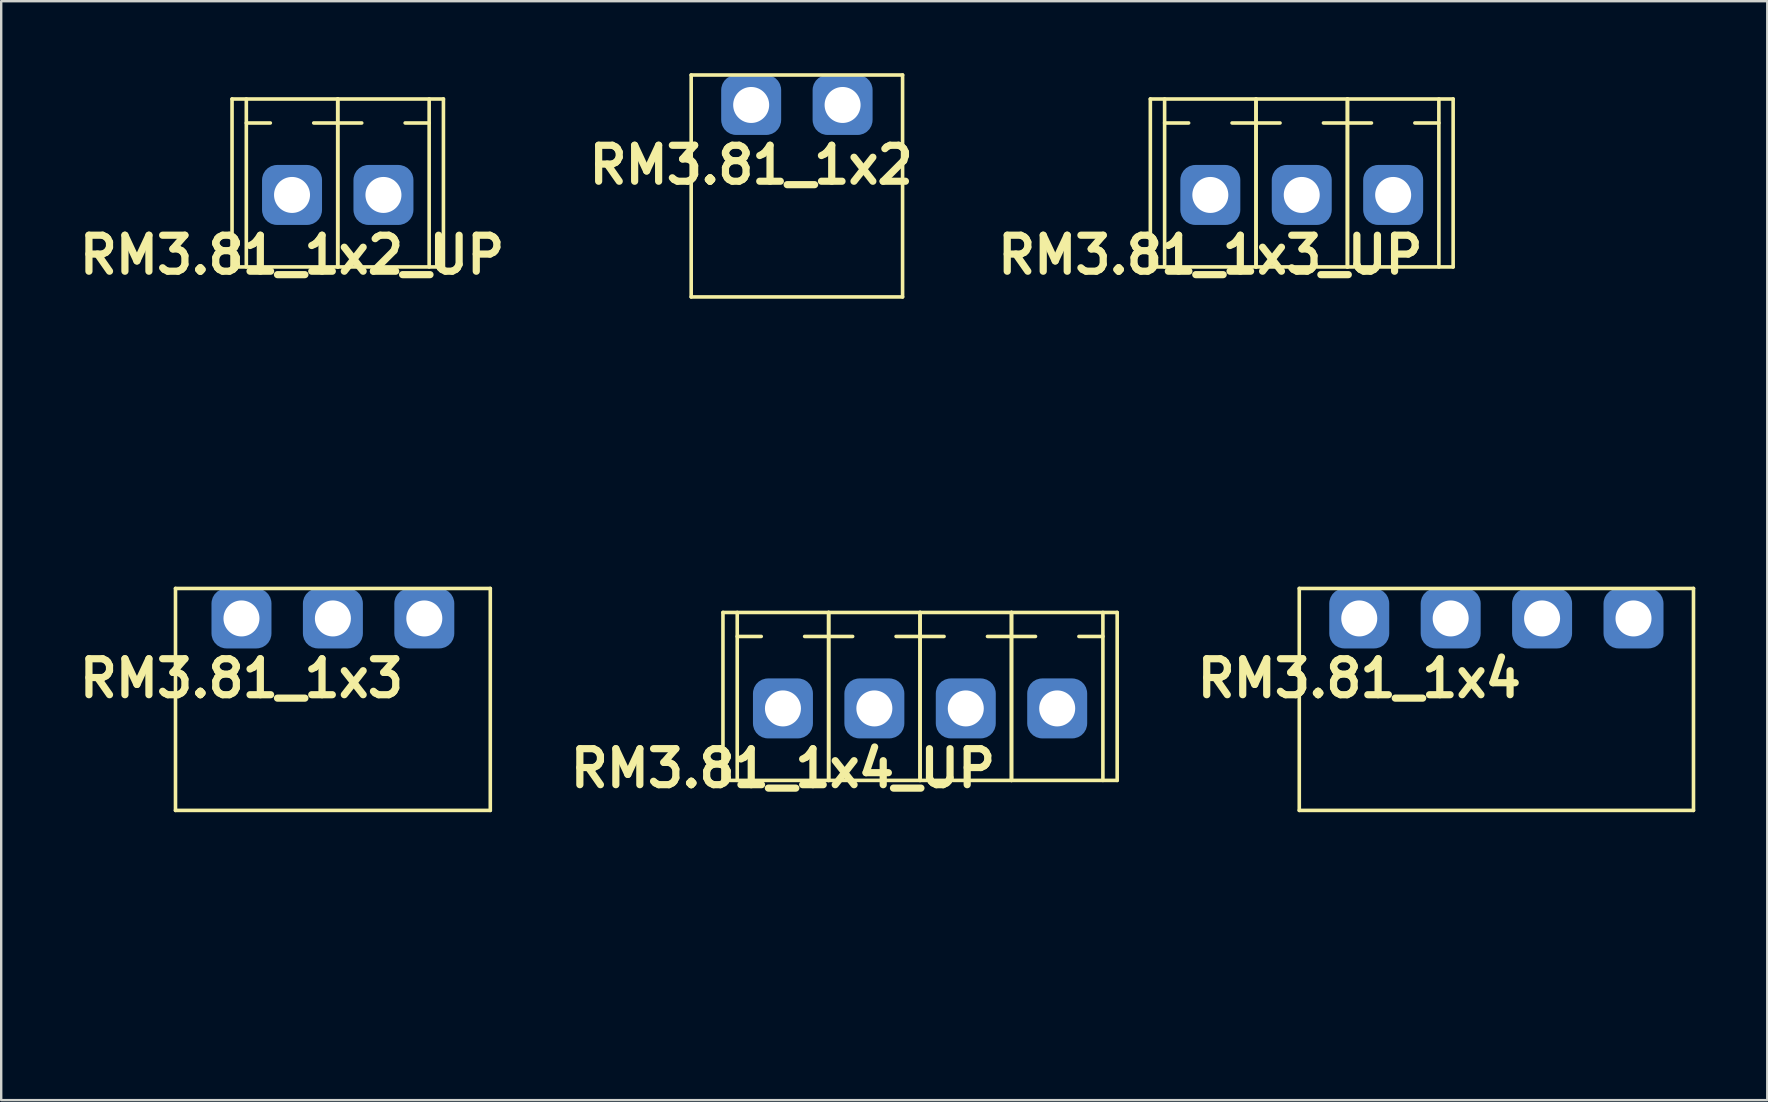
<source format=kicad_pcb>
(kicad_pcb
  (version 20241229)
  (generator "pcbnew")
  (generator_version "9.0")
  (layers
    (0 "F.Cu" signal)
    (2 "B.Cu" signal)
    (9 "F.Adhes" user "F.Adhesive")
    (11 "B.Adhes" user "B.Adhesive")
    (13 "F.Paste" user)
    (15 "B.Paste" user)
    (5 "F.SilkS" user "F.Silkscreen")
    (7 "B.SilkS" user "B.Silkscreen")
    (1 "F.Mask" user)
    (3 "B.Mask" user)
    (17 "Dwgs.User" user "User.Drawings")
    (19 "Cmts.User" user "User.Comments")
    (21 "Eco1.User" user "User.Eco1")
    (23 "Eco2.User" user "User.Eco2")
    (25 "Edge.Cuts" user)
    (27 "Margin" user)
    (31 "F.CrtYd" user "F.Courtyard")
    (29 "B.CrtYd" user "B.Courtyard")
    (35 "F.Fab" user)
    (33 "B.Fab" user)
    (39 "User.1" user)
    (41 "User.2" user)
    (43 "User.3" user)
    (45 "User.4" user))
  (footprint "RM3.81_1x4"
    (layer "F.Cu")
    (at 53.6 22.725)
    (property "Reference" "RM3.81_1x4" (at 0 2.5 0) (layer "F.SilkS") (effects (font (size 1.5 1.5) (thickness 0.3))))
    (attr through_hole)
    (fp_line (start -2.5 -1.25) (end -2.5 8) (stroke (width 0.15) (type solid)) (layer "F.SilkS"))
    (fp_line (start -2.5 -1.25) (end 13.93 -1.25) (stroke (width 0.15) (type solid)) (layer "F.SilkS"))
    (fp_line (start -2.5 8) (end 13.93 8) (stroke (width 0.15) (type solid)) (layer "F.SilkS"))
    (fp_line (start 13.93 -1.25) (end 13.93 8) (stroke (width 0.15) (type solid)) (layer "F.SilkS"))
    (fp_line (start -1.905 17) (end -1.905 8) (stroke (width 0.15) (type solid)) (layer "Margin"))
    (fp_line (start -1.905 17) (end 13.335 17) (stroke (width 0.15) (type solid)) (layer "Margin"))
    (fp_line (start -1.5 12) (end 1.5 12) (stroke (width 0.15) (type solid)) (layer "Margin"))
    (fp_line (start 2.31 12) (end 5.31 12) (stroke (width 0.15) (type solid)) (layer "Margin"))
    (fp_line (start 6.12 12) (end 9.12 12) (stroke (width 0.15) (type solid)) (layer "Margin"))
    (fp_line (start 9.93 12) (end 12.93 12) (stroke (width 0.15) (type solid)) (layer "Margin"))
    (fp_line (start 13.335 17) (end 13.335 8) (stroke (width 0.15) (type solid)) (layer "Margin"))
    (fp_circle (center 0 12) (end 0 10.5) (stroke (width 0.15) (type solid)) (fill no) (layer "Margin"))
    (fp_circle (center 3.81 12) (end 3.81 10.5) (stroke (width 0.15) (type solid)) (fill no) (layer "Margin"))
    (fp_circle (center 7.62 12) (end 7.62 10.5) (stroke (width 0.15) (type solid)) (fill no) (layer "Margin"))
    (fp_circle (center 11.43 12) (end 11.43 10.5) (stroke (width 0.15) (type solid)) (fill no) (layer "Margin"))
    (pad "1" thru_hole circle (at 0 0) (size 1.8 1.8) (drill 1.5) (layers "*.Cu" "*.Mask"))
    (pad "1" smd roundrect (at 0 0) (size 2.5 2.5) (layers "B.Cu" "B.Mask") (roundrect_rratio 0.25))
    (pad "2" thru_hole circle (at 3.81 0) (size 1.8 1.8) (drill 1.5) (layers "*.Cu" "*.Mask"))
    (pad "2" smd roundrect (at 3.81 0) (size 2.5 2.5) (layers "B.Cu" "B.Mask") (roundrect_rratio 0.25))
    (pad "3" thru_hole circle (at 7.62 0) (size 1.8 1.8) (drill 1.5) (layers "*.Cu" "*.Mask"))
    (pad "3" smd roundrect (at 7.62 0) (size 2.5 2.5) (layers "B.Cu" "B.Mask") (roundrect_rratio 0.25))
    (pad "4" thru_hole circle (at 11.43 0) (size 1.8 1.8) (drill 1.5) (layers "*.Cu" "*.Mask"))
    (pad "4" smd roundrect (at 11.43 0) (size 2.5 2.5) (layers "B.Cu" "B.Mask") (roundrect_rratio 0.25)))
  (footprint "RM3.81_1x2"
    (layer "F.Cu")
    (at 28.257 1.325)
    (property "Reference" "RM3.81_1x2" (at 0 2.5 0) (layer "F.SilkS") (effects (font (size 1.5 1.5) (thickness 0.3))))
    (attr through_hole)
    (fp_line (start -2.5 -1.25) (end -2.5 8) (stroke (width 0.15) (type solid)) (layer "F.SilkS"))
    (fp_line (start -2.5 8) (end 6.31 8) (stroke (width 0.15) (type solid)) (layer "F.SilkS"))
    (fp_line (start 6.31 -1.25) (end -2.5 -1.25) (stroke (width 0.15) (type solid)) (layer "F.SilkS"))
    (fp_line (start 6.31 8) (end 6.31 -1.25) (stroke (width 0.15) (type solid)) (layer "F.SilkS"))
    (fp_line (start -1.905 17) (end -1.905 8) (stroke (width 0.15) (type solid)) (layer "Margin"))
    (fp_line (start -1.905 17) (end 5.715 17) (stroke (width 0.15) (type solid)) (layer "Margin"))
    (fp_line (start -1.5 12) (end 1.5 12) (stroke (width 0.15) (type solid)) (layer "Margin"))
    (fp_line (start 2.31 12) (end 5.31 12) (stroke (width 0.15) (type solid)) (layer "Margin"))
    (fp_line (start 5.715 17) (end 5.715 8) (stroke (width 0.15) (type solid)) (layer "Margin"))
    (fp_circle (center 0 12) (end 0 10.5) (stroke (width 0.15) (type solid)) (fill no) (layer "Margin"))
    (fp_circle (center 3.81 12) (end 3.81 10.5) (stroke (width 0.15) (type solid)) (fill no) (layer "Margin"))
    (pad "1" thru_hole circle (at 0 0) (size 1.8 1.8) (drill 1.5) (layers "*.Cu" "*.Mask"))
    (pad "1" smd roundrect (at 0 0) (size 2.5 2.5) (layers "B.Cu" "B.Mask") (roundrect_rratio 0.25))
    (pad "2" thru_hole circle (at 3.81 0) (size 1.8 1.8) (drill 1.5) (layers "*.Cu" "*.Mask"))
    (pad "2" smd roundrect (at 3.81 0) (size 2.5 2.5) (layers "B.Cu" "B.Mask") (roundrect_rratio 0.25)))
  (footprint "RM3.81_1x4_UP"
    (layer "F.Cu")
    (at 29.581 26.475)
    (property "Reference" "RM3.81_1x4_UP" (at 0 2.5 0) (layer "F.SilkS") (effects (font (size 1.5 1.5) (thickness 0.3))))
    (attr through_hole)
    (fp_line (start -2.5 -4) (end -2.5 3) (stroke (width 0.15) (type solid)) (layer "F.SilkS"))
    (fp_line (start -2.5 -4) (end 13.93 -4) (stroke (width 0.15) (type solid)) (layer "F.SilkS"))
    (fp_line (start -2.5 3) (end 13.93 3) (stroke (width 0.15) (type solid)) (layer "F.SilkS"))
    (fp_line (start -1.905 -3) (end -0.905 -3) (stroke (width 0.15) (type solid)) (layer "F.SilkS"))
    (fp_line (start -1.905 3) (end -1.905 -4) (stroke (width 0.15) (type solid)) (layer "F.SilkS"))
    (fp_line (start 1.905 -3) (end 0.905 -3) (stroke (width 0.15) (type solid)) (layer "F.SilkS"))
    (fp_line (start 1.905 -3) (end 2.905 -3) (stroke (width 0.15) (type solid)) (layer "F.SilkS"))
    (fp_line (start 1.905 3) (end 1.905 -4) (stroke (width 0.15) (type solid)) (layer "F.SilkS"))
    (fp_line (start 1.905 3) (end 1.905 -4) (stroke (width 0.15) (type solid)) (layer "F.SilkS"))
    (fp_line (start 5.715 -3) (end 4.715 -3) (stroke (width 0.15) (type solid)) (layer "F.SilkS"))
    (fp_line (start 5.715 -3) (end 6.715 -3) (stroke (width 0.15) (type solid)) (layer "F.SilkS"))
    (fp_line (start 5.715 3) (end 5.715 -4) (stroke (width 0.15) (type solid)) (layer "F.SilkS"))
    (fp_line (start 5.715 3) (end 5.715 -4) (stroke (width 0.15) (type solid)) (layer "F.SilkS"))
    (fp_line (start 9.525 -3) (end 8.525 -3) (stroke (width 0.15) (type solid)) (layer "F.SilkS"))
    (fp_line (start 9.525 -3) (end 10.525 -3) (stroke (width 0.15) (type solid)) (layer "F.SilkS"))
    (fp_line (start 9.525 3) (end 9.525 -4) (stroke (width 0.15) (type solid)) (layer "F.SilkS"))
    (fp_line (start 9.525 3) (end 9.525 -4) (stroke (width 0.15) (type solid)) (layer "F.SilkS"))
    (fp_line (start 13.335 -3) (end 12.335 -3) (stroke (width 0.15) (type solid)) (layer "F.SilkS"))
    (fp_line (start 13.335 3) (end 13.335 -4) (stroke (width 0.15) (type solid)) (layer "F.SilkS"))
    (fp_line (start 13.93 -4) (end 13.93 3) (stroke (width 0.15) (type solid)) (layer "F.SilkS"))
    (fp_line (start -1.905 -5) (end 13.335 -5) (stroke (width 0.15) (type solid)) (layer "Margin"))
    (fp_line (start -1.905 6.5) (end -1.905 -5) (stroke (width 0.15) (type solid)) (layer "Margin"))
    (fp_line (start -1.905 6.5) (end 13.335 6.5) (stroke (width 0.15) (type solid)) (layer "Margin"))
    (fp_line (start -1 1.5) (end 1 1.5) (stroke (width 0.15) (type solid)) (layer "Margin"))
    (fp_line (start -1 4) (end -1 1.5) (stroke (width 0.15) (type solid)) (layer "Margin"))
    (fp_line (start -1 4) (end 1 4) (stroke (width 0.15) (type solid)) (layer "Margin"))
    (fp_line (start 1 4) (end 1 1.5) (stroke (width 0.15) (type solid)) (layer "Margin"))
    (fp_line (start 2.81 1.5) (end 4.81 1.5) (stroke (width 0.15) (type solid)) (layer "Margin"))
    (fp_line (start 2.81 4) (end 2.81 1.5) (stroke (width 0.15) (type solid)) (layer "Margin"))
    (fp_line (start 2.81 4) (end 4.81 4) (stroke (width 0.15) (type solid)) (layer "Margin"))
    (fp_line (start 4.81 4) (end 4.81 1.5) (stroke (width 0.15) (type solid)) (layer "Margin"))
    (fp_line (start 6.62 1.5) (end 8.62 1.5) (stroke (width 0.15) (type solid)) (layer "Margin"))
    (fp_line (start 6.62 4) (end 6.62 1.5) (stroke (width 0.15) (type solid)) (layer "Margin"))
    (fp_line (start 6.62 4) (end 8.62 4) (stroke (width 0.15) (type solid)) (layer "Margin"))
    (fp_line (start 8.62 4) (end 8.62 1.5) (stroke (width 0.15) (type solid)) (layer "Margin"))
    (fp_line (start 10.43 1.5) (end 12.43 1.5) (stroke (width 0.15) (type solid)) (layer "Margin"))
    (fp_line (start 10.43 4) (end 10.43 1.5) (stroke (width 0.15) (type solid)) (layer "Margin"))
    (fp_line (start 10.43 4) (end 12.43 4) (stroke (width 0.15) (type solid)) (layer "Margin"))
    (fp_line (start 12.43 4) (end 12.43 1.5) (stroke (width 0.15) (type solid)) (layer "Margin"))
    (fp_line (start 13.335 6.5) (end 13.335 -5) (stroke (width 0.15) (type solid)) (layer "Margin"))
    (pad "1" thru_hole circle (at 0 0) (size 1.8 1.8) (drill 1.5) (layers "*.Cu" "*.Mask"))
    (pad "1" smd roundrect (at 0 0) (size 2.5 2.5) (layers "B.Cu" "B.Mask") (roundrect_rratio 0.25))
    (pad "2" thru_hole circle (at 3.81 0) (size 1.8 1.8) (drill 1.5) (layers "*.Cu" "*.Mask"))
    (pad "2" smd roundrect (at 3.81 0) (size 2.5 2.5) (layers "B.Cu" "B.Mask") (roundrect_rratio 0.25))
    (pad "3" thru_hole circle (at 7.62 0) (size 1.8 1.8) (drill 1.5) (layers "*.Cu" "*.Mask"))
    (pad "3" smd roundrect (at 7.62 0) (size 2.5 2.5) (layers "B.Cu" "B.Mask") (roundrect_rratio 0.25))
    (pad "4" thru_hole circle (at 11.43 0) (size 1.8 1.8) (drill 1.5) (layers "*.Cu" "*.Mask"))
    (pad "4" smd roundrect (at 11.43 0) (size 2.5 2.5) (layers "B.Cu" "B.Mask") (roundrect_rratio 0.25)))
  (footprint "RM3.81_1x3"
    (layer "F.Cu")
    (at 7.014 22.725)
    (property "Reference" "RM3.81_1x3" (at 0 2.5 0) (layer "F.SilkS") (effects (font (size 1.5 1.5) (thickness 0.3))))
    (attr through_hole)
    (fp_line (start -2.75 -1.25) (end -2.75 8) (stroke (width 0.15) (type solid)) (layer "F.SilkS"))
    (fp_line (start -2.75 -1.25) (end 10.37 -1.25) (stroke (width 0.15) (type solid)) (layer "F.SilkS"))
    (fp_line (start -2.75 8) (end 10.37 8) (stroke (width 0.15) (type solid)) (layer "F.SilkS"))
    (fp_line (start 10.37 -1.25) (end 10.37 8) (stroke (width 0.15) (type solid)) (layer "F.SilkS"))
    (fp_line (start -1.905 17) (end -1.905 8) (stroke (width 0.15) (type solid)) (layer "Margin"))
    (fp_line (start -1.905 17) (end 9.525 17) (stroke (width 0.15) (type solid)) (layer "Margin"))
    (fp_line (start -1.5 12) (end 1.5 12) (stroke (width 0.15) (type solid)) (layer "Margin"))
    (fp_line (start 2.31 12) (end 5.31 12) (stroke (width 0.15) (type solid)) (layer "Margin"))
    (fp_line (start 6.12 12) (end 9.12 12) (stroke (width 0.15) (type solid)) (layer "Margin"))
    (fp_line (start 9.525 17) (end 9.525 8) (stroke (width 0.15) (type solid)) (layer "Margin"))
    (fp_circle (center 0 12) (end 0 10.5) (stroke (width 0.15) (type solid)) (fill no) (layer "Margin"))
    (fp_circle (center 3.81 12) (end 3.81 10.5) (stroke (width 0.15) (type solid)) (fill no) (layer "Margin"))
    (fp_circle (center 7.62 12) (end 7.62 10.5) (stroke (width 0.15) (type solid)) (fill no) (layer "Margin"))
    (pad "1" thru_hole circle (at 0 0) (size 1.8 1.8) (drill 1.5) (layers "*.Cu" "*.Mask"))
    (pad "1" smd roundrect (at 0 0) (size 2.5 2.5) (layers "B.Cu" "B.Mask") (roundrect_rratio 0.25))
    (pad "2" thru_hole circle (at 3.81 0) (size 1.8 1.8) (drill 1.5) (layers "*.Cu" "*.Mask"))
    (pad "2" smd roundrect (at 3.81 0) (size 2.5 2.5) (layers "B.Cu" "B.Mask") (roundrect_rratio 0.25))
    (pad "3" thru_hole circle (at 7.62 0) (size 1.8 1.8) (drill 1.5) (layers "*.Cu" "*.Mask"))
    (pad "3" smd roundrect (at 7.62 0) (size 2.5 2.5) (layers "B.Cu" "B.Mask") (roundrect_rratio 0.25)))
  (footprint "RM3.81_1x3_UP"
    (layer "F.Cu")
    (at 47.393 5.075)
    (property "Reference" "RM3.81_1x3_UP" (at 0 2.5 0) (layer "F.SilkS") (effects (font (size 1.5 1.5) (thickness 0.3))))
    (attr through_hole)
    (fp_line (start -2.5 -4) (end -2.5 3) (stroke (width 0.15) (type solid)) (layer "F.SilkS"))
    (fp_line (start -2.5 -4) (end 10.12 -4) (stroke (width 0.15) (type solid)) (layer "F.SilkS"))
    (fp_line (start -2.5 3) (end 10.12 3) (stroke (width 0.15) (type solid)) (layer "F.SilkS"))
    (fp_line (start -1.905 -3) (end -0.905 -3) (stroke (width 0.15) (type solid)) (layer "F.SilkS"))
    (fp_line (start -1.905 3) (end -1.905 -4) (stroke (width 0.15) (type solid)) (layer "F.SilkS"))
    (fp_line (start 1.905 -3) (end 0.905 -3) (stroke (width 0.15) (type solid)) (layer "F.SilkS"))
    (fp_line (start 1.905 -3) (end 2.905 -3) (stroke (width 0.15) (type solid)) (layer "F.SilkS"))
    (fp_line (start 1.905 3) (end 1.905 -4) (stroke (width 0.15) (type solid)) (layer "F.SilkS"))
    (fp_line (start 1.905 3) (end 1.905 -4) (stroke (width 0.15) (type solid)) (layer "F.SilkS"))
    (fp_line (start 5.715 -3) (end 4.715 -3) (stroke (width 0.15) (type solid)) (layer "F.SilkS"))
    (fp_line (start 5.715 -3) (end 6.715 -3) (stroke (width 0.15) (type solid)) (layer "F.SilkS"))
    (fp_line (start 5.715 3) (end 5.715 -4) (stroke (width 0.15) (type solid)) (layer "F.SilkS"))
    (fp_line (start 5.715 3) (end 5.715 -4) (stroke (width 0.15) (type solid)) (layer "F.SilkS"))
    (fp_line (start 9.525 -3) (end 8.525 -3) (stroke (width 0.15) (type solid)) (layer "F.SilkS"))
    (fp_line (start 9.525 3) (end 9.525 -4) (stroke (width 0.15) (type solid)) (layer "F.SilkS"))
    (fp_line (start 10.12 -4) (end 10.12 3) (stroke (width 0.15) (type solid)) (layer "F.SilkS"))
    (fp_line (start -1.905 -5) (end 9.525 -5) (stroke (width 0.15) (type solid)) (layer "Margin"))
    (fp_line (start -1.905 6.5) (end -1.905 -5) (stroke (width 0.15) (type solid)) (layer "Margin"))
    (fp_line (start -1.905 6.5) (end 9.525 6.5) (stroke (width 0.15) (type solid)) (layer "Margin"))
    (fp_line (start -1 1.5) (end 1 1.5) (stroke (width 0.15) (type solid)) (layer "Margin"))
    (fp_line (start -1 4) (end -1 1.5) (stroke (width 0.15) (type solid)) (layer "Margin"))
    (fp_line (start -1 4) (end 1 4) (stroke (width 0.15) (type solid)) (layer "Margin"))
    (fp_line (start 1 4) (end 1 1.5) (stroke (width 0.15) (type solid)) (layer "Margin"))
    (fp_line (start 2.81 1.5) (end 4.81 1.5) (stroke (width 0.15) (type solid)) (layer "Margin"))
    (fp_line (start 2.81 4) (end 2.81 1.5) (stroke (width 0.15) (type solid)) (layer "Margin"))
    (fp_line (start 2.81 4) (end 4.81 4) (stroke (width 0.15) (type solid)) (layer "Margin"))
    (fp_line (start 4.81 4) (end 4.81 1.5) (stroke (width 0.15) (type solid)) (layer "Margin"))
    (fp_line (start 6.62 1.5) (end 8.62 1.5) (stroke (width 0.15) (type solid)) (layer "Margin"))
    (fp_line (start 6.62 4) (end 6.62 1.5) (stroke (width 0.15) (type solid)) (layer "Margin"))
    (fp_line (start 6.62 4) (end 8.62 4) (stroke (width 0.15) (type solid)) (layer "Margin"))
    (fp_line (start 8.62 4) (end 8.62 1.5) (stroke (width 0.15) (type solid)) (layer "Margin"))
    (fp_line (start 9.525 6.5) (end 9.525 -5) (stroke (width 0.15) (type solid)) (layer "Margin"))
    (pad "1" thru_hole circle (at 0 0) (size 1.8 1.8) (drill 1.5) (layers "*.Cu" "*.Mask"))
    (pad "1" smd roundrect (at 0 0) (size 2.5 2.5) (layers "B.Cu" "B.Mask") (roundrect_rratio 0.25))
    (pad "2" thru_hole circle (at 3.81 0) (size 1.8 1.8) (drill 1.5) (layers "*.Cu" "*.Mask"))
    (pad "2" smd roundrect (at 3.81 0) (size 2.5 2.5) (layers "B.Cu" "B.Mask") (roundrect_rratio 0.25))
    (pad "3" thru_hole circle (at 7.62 0) (size 1.8 1.8) (drill 1.5) (layers "*.Cu" "*.Mask"))
    (pad "3" smd roundrect (at 7.62 0) (size 2.5 2.5) (layers "B.Cu" "B.Mask") (roundrect_rratio 0.25)))
  (footprint "RM3.81_1x2_UP"
    (layer "F.Cu")
    (at 9.121 5.075)
    (property "Reference" "RM3.81_1x2_UP" (at 0 2.5 0) (layer "F.SilkS") (effects (font (size 1.5 1.5) (thickness 0.3))))
    (attr through_hole)
    (fp_line (start -2.5 -4) (end -2.5 3) (stroke (width 0.15) (type solid)) (layer "F.SilkS"))
    (fp_line (start -2.5 -4) (end 6.31 -4) (stroke (width 0.15) (type solid)) (layer "F.SilkS"))
    (fp_line (start -2.5 3) (end 6.31 3) (stroke (width 0.15) (type solid)) (layer "F.SilkS"))
    (fp_line (start -1.905 -3) (end -0.905 -3) (stroke (width 0.15) (type solid)) (layer "F.SilkS"))
    (fp_line (start -1.905 3) (end -1.905 -4) (stroke (width 0.15) (type solid)) (layer "F.SilkS"))
    (fp_line (start 1.905 -3) (end 0.905 -3) (stroke (width 0.15) (type solid)) (layer "F.SilkS"))
    (fp_line (start 1.905 -3) (end 2.905 -3) (stroke (width 0.15) (type solid)) (layer "F.SilkS"))
    (fp_line (start 1.905 3) (end 1.905 -4) (stroke (width 0.15) (type solid)) (layer "F.SilkS"))
    (fp_line (start 1.905 3) (end 1.905 -4) (stroke (width 0.15) (type solid)) (layer "F.SilkS"))
    (fp_line (start 5.715 -3) (end 4.715 -3) (stroke (width 0.15) (type solid)) (layer "F.SilkS"))
    (fp_line (start 5.715 3) (end 5.715 -4) (stroke (width 0.15) (type solid)) (layer "F.SilkS"))
    (fp_line (start 6.31 -4) (end 6.31 3) (stroke (width 0.15) (type solid)) (layer "F.SilkS"))
    (fp_line (start -1.905 -5) (end 5.715 -5) (stroke (width 0.15) (type solid)) (layer "Margin"))
    (fp_line (start -1.905 6.5) (end -1.905 -5) (stroke (width 0.15) (type solid)) (layer "Margin"))
    (fp_line (start -1.905 6.5) (end 5.715 6.5) (stroke (width 0.15) (type solid)) (layer "Margin"))
    (fp_line (start -1 1.5) (end 1 1.5) (stroke (width 0.15) (type solid)) (layer "Margin"))
    (fp_line (start -1 4) (end -1 1.5) (stroke (width 0.15) (type solid)) (layer "Margin"))
    (fp_line (start -1 4) (end 1 4) (stroke (width 0.15) (type solid)) (layer "Margin"))
    (fp_line (start 1 4) (end 1 1.5) (stroke (width 0.15) (type solid)) (layer "Margin"))
    (fp_line (start 2.81 1.5) (end 4.81 1.5) (stroke (width 0.15) (type solid)) (layer "Margin"))
    (fp_line (start 2.81 4) (end 2.81 1.5) (stroke (width 0.15) (type solid)) (layer "Margin"))
    (fp_line (start 2.81 4) (end 4.81 4) (stroke (width 0.15) (type solid)) (layer "Margin"))
    (fp_line (start 4.81 4) (end 4.81 1.5) (stroke (width 0.15) (type solid)) (layer "Margin"))
    (fp_line (start 5.715 6.5) (end 5.715 -5) (stroke (width 0.15) (type solid)) (layer "Margin"))
    (pad "1" thru_hole circle (at 0 0) (size 1.8 1.8) (drill 1.5) (layers "*.Cu" "*.Mask"))
    (pad "1" smd roundrect (at 0 0) (size 2.5 2.5) (layers "B.Cu" "B.Mask") (roundrect_rratio 0.25))
    (pad "2" thru_hole circle (at 3.81 0) (size 1.8 1.8) (drill 1.5) (layers "*.Cu" "*.Mask"))
    (pad "2" smd roundrect (at 3.81 0) (size 2.5 2.5) (layers "B.Cu" "B.Mask") (roundrect_rratio 0.25)))
  (gr_rect
    (start -3 -3)
    (end 70.605 42.8)
    (stroke (width 0.1) (type default))
    (fill no)
    (layer "Edge.Cuts")))
</source>
